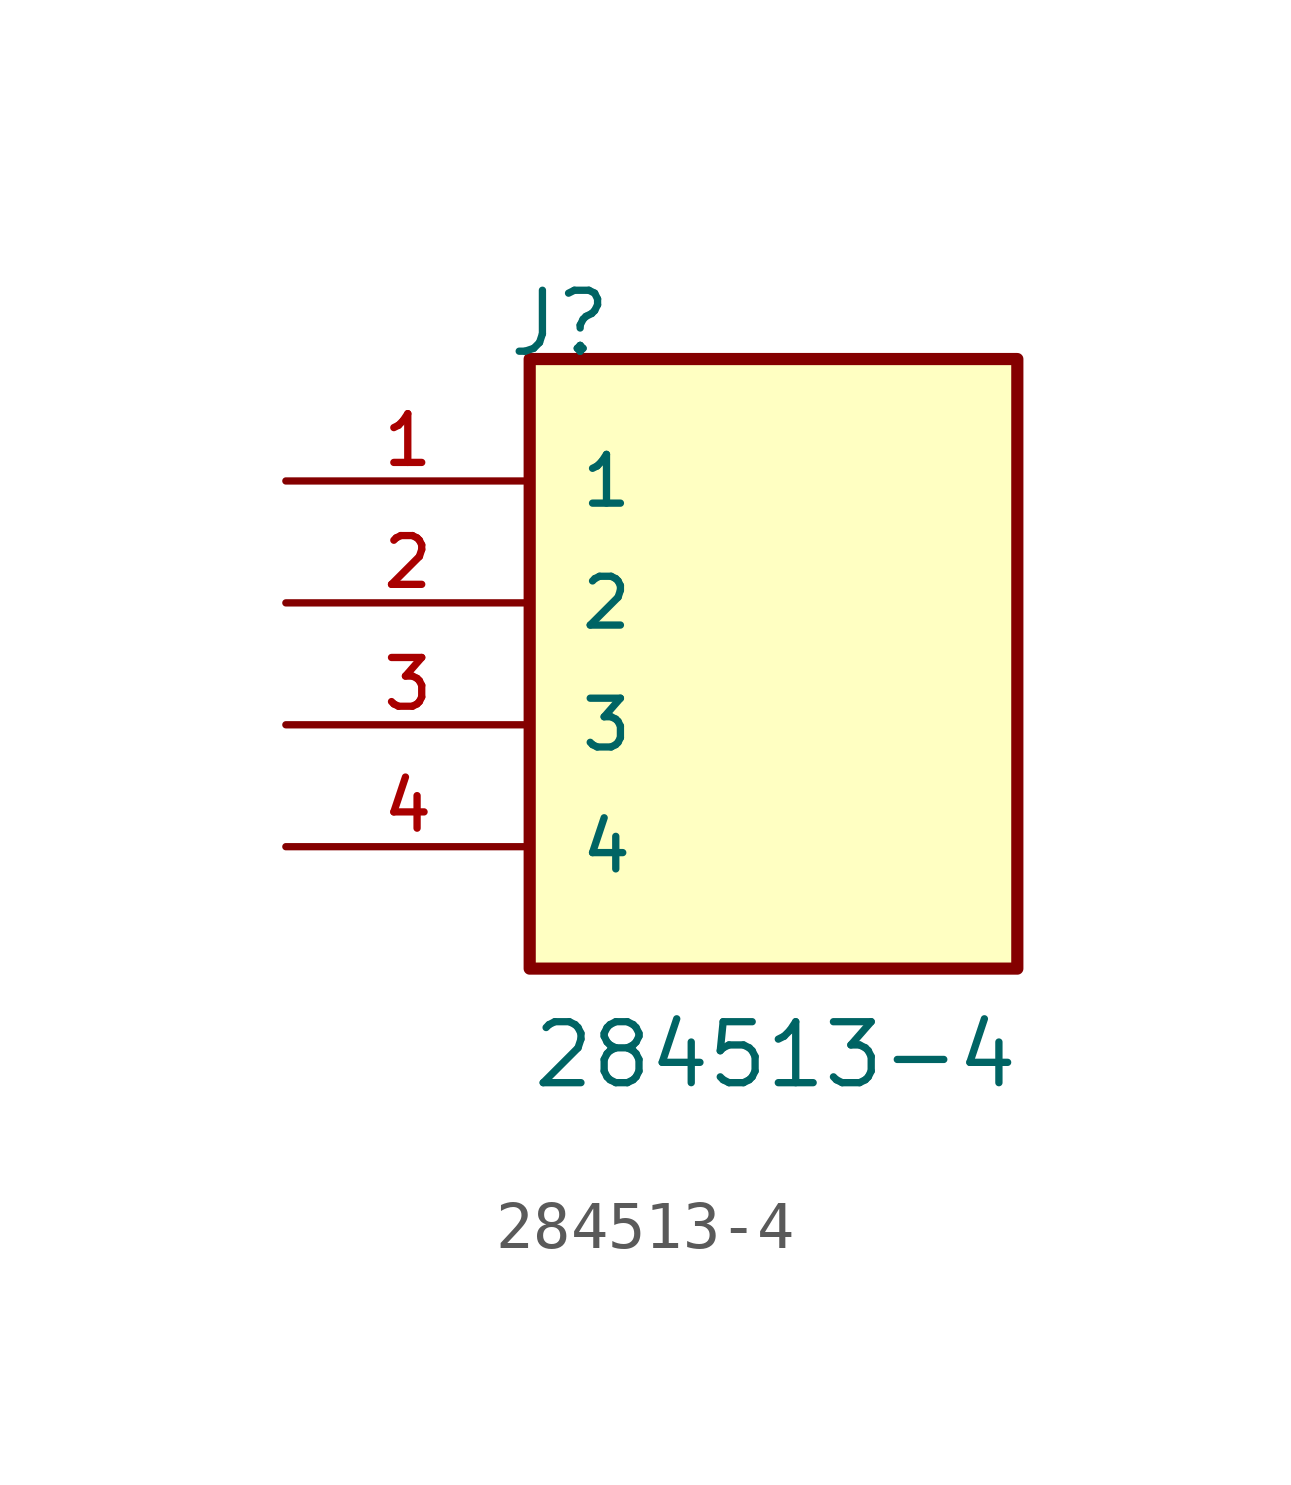
<source format=kicad_sym>
(kicad_symbol_lib
  (version 20211014)
  (generator kicad_symbol_editor)
  (symbol "284513-4"
    (pin_names
      (offset 1.016))
    (property "Reference" "J"
      (at -5.58 7.62 0)
      (effects (font (size 1.27 1.27)) (justify bottom left)))
    (property "Value" "284513-4"
      (at -5.08 -7.62 0)
      (effects (font (size 1.27 1.27)) (justify bottom left)))
    (symbol "284513-4_0_0"
      (rectangle (start -5.08 -5.08) (end 5.08 7.62) (stroke (width 0.254)) (fill (type background)))
      (pin passive line (at -10.16 5.08 0) (length 5.08) (name "1" (effects (font (size 1.016 1.016)))) (number "1" (effects (font (size 1.016 1.016)))))
      (pin passive line (at -10.16 2.54 0) (length 5.08) (name "2" (effects (font (size 1.016 1.016)))) (number "2" (effects (font (size 1.016 1.016)))))
      (pin passive line (at -10.16 0.0 0) (length 5.08) (name "3" (effects (font (size 1.016 1.016)))) (number "3" (effects (font (size 1.016 1.016)))))
      (pin passive line (at -10.16 -2.54 0) (length 5.08) (name "4" (effects (font (size 1.016 1.016)))) (number "4" (effects (font (size 1.016 1.016))))))))
</source>
